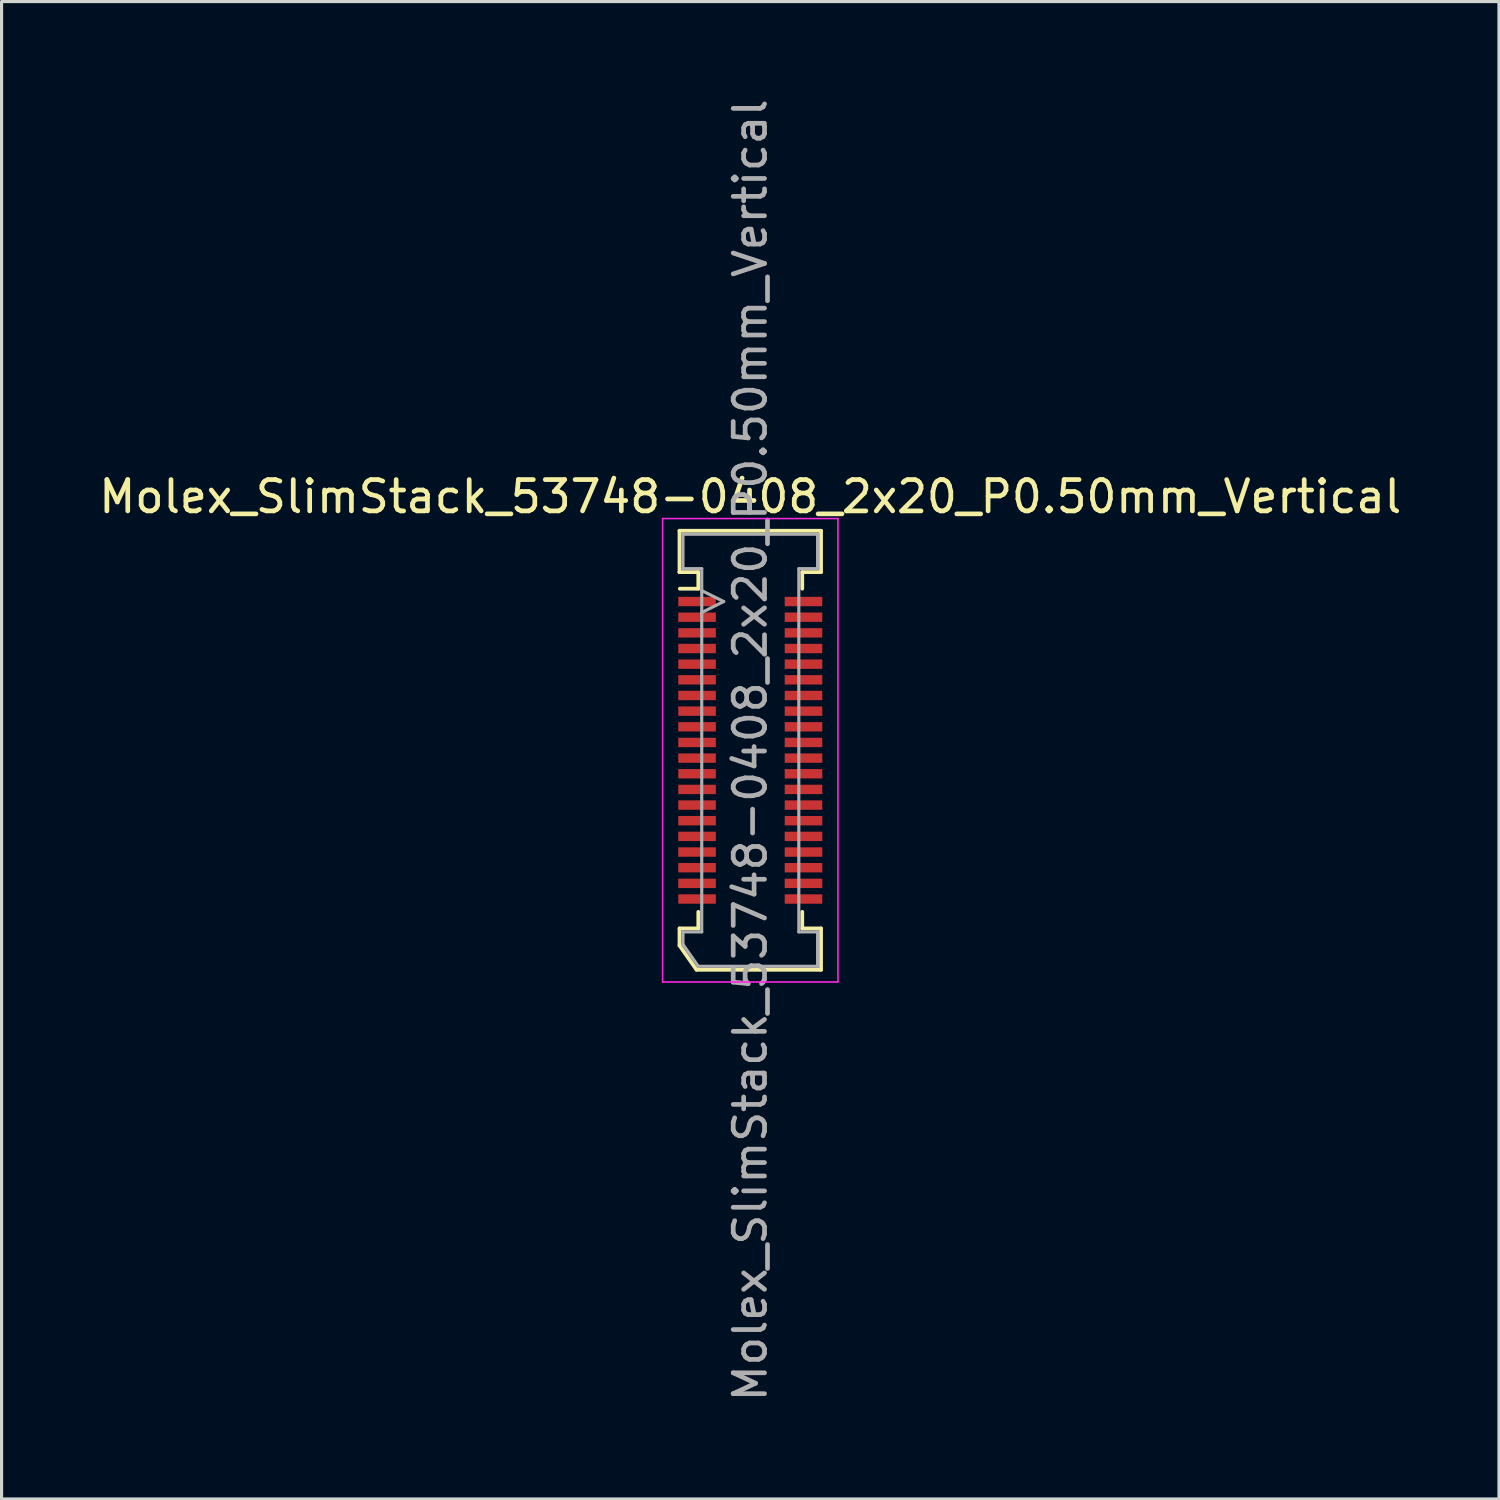
<source format=kicad_pcb>
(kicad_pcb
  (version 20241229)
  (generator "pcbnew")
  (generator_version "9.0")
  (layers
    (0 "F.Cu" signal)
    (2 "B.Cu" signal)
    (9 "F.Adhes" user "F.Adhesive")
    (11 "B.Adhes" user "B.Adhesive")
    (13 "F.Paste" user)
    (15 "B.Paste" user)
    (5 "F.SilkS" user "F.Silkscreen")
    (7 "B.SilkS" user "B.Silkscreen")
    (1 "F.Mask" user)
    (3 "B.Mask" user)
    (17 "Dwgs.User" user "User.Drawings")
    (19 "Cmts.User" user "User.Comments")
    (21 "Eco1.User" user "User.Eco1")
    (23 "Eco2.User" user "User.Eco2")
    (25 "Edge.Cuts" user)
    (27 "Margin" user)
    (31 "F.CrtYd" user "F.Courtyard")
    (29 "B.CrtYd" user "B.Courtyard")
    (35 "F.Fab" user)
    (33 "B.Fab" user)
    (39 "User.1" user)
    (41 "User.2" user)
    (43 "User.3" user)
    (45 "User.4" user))
  (footprint "Molex_SlimStack_53748-0408_2x20_P0.50mm_Vertical"
    (layer "F.Cu")
    (at 20.911 20.911)
    (property "Reference" "Molex_SlimStack_53748-0408_2x20_P0.50mm_Vertical" (at 0 -8.1 0) (layer "F.SilkS") (effects (font (size 1 1) (thickness 0.15))))
    (attr smd)
    (fp_line (start -2.26 -7.01) (end -2.26 -5.69) (stroke (width 0.12) (type solid)) (layer "F.SilkS"))
    (fp_line (start -2.26 -5.69) (end -2.26 -5.69) (stroke (width 0.12) (type solid)) (layer "F.SilkS"))
    (fp_line (start -2.26 -5.69) (end -1.66 -5.69) (stroke (width 0.12) (type solid)) (layer "F.SilkS"))
    (fp_line (start -2.26 5.69) (end -1.66 5.69) (stroke (width 0.12) (type solid)) (layer "F.SilkS"))
    (fp_line (start -2.26 6.235) (end -2.26 5.69) (stroke (width 0.12) (type solid)) (layer "F.SilkS"))
    (fp_line (start -1.717 7.01) (end -2.26 6.235) (stroke (width 0.12) (type solid)) (layer "F.SilkS"))
    (fp_line (start -1.66 -5.69) (end -1.66 -5.16) (stroke (width 0.12) (type solid)) (layer "F.SilkS"))
    (fp_line (start -1.66 -5.16) (end -2.25 -5.16) (stroke (width 0.12) (type solid)) (layer "F.SilkS"))
    (fp_line (start -1.66 5.69) (end -1.66 5.16) (stroke (width 0.12) (type solid)) (layer "F.SilkS"))
    (fp_line (start 1.66 -5.69) (end 2.26 -5.69) (stroke (width 0.12) (type solid)) (layer "F.SilkS"))
    (fp_line (start 1.66 -5.16) (end 1.66 -5.69) (stroke (width 0.12) (type solid)) (layer "F.SilkS"))
    (fp_line (start 1.66 5.16) (end 1.66 5.69) (stroke (width 0.12) (type solid)) (layer "F.SilkS"))
    (fp_line (start 1.66 5.69) (end 2.26 5.69) (stroke (width 0.12) (type solid)) (layer "F.SilkS"))
    (fp_line (start 2.26 -7.01) (end -2.26 -7.01) (stroke (width 0.12) (type solid)) (layer "F.SilkS"))
    (fp_line (start 2.26 -5.69) (end 2.26 -7.01) (stroke (width 0.12) (type solid)) (layer "F.SilkS"))
    (fp_line (start 2.26 5.69) (end 2.26 7.01) (stroke (width 0.12) (type solid)) (layer "F.SilkS"))
    (fp_line (start 2.26 7.01) (end -1.717 7.01) (stroke (width 0.12) (type solid)) (layer "F.SilkS"))
    (fp_line (start -2.8 -7.4) (end -2.8 7.4) (stroke (width 0.05) (type solid)) (layer "F.CrtYd"))
    (fp_line (start -2.8 7.4) (end 2.8 7.4) (stroke (width 0.05) (type solid)) (layer "F.CrtYd"))
    (fp_line (start 2.8 -7.4) (end -2.8 -7.4) (stroke (width 0.05) (type solid)) (layer "F.CrtYd"))
    (fp_line (start 2.8 7.4) (end 2.8 -7.4) (stroke (width 0.05) (type solid)) (layer "F.CrtYd"))
    (fp_line (start -2.15 -6.9) (end -2.15 -5.8) (stroke (width 0.1) (type solid)) (layer "F.Fab"))
    (fp_line (start -2.15 -5.8) (end -1.55 -5.8) (stroke (width 0.1) (type solid)) (layer "F.Fab"))
    (fp_line (start -2.15 5.8) (end -2.15 6.2) (stroke (width 0.1) (type solid)) (layer "F.Fab"))
    (fp_line (start -2.15 6.2) (end -1.66 6.9) (stroke (width 0.1) (type solid)) (layer "F.Fab"))
    (fp_line (start -1.66 6.9) (end 2.15 6.9) (stroke (width 0.1) (type solid)) (layer "F.Fab"))
    (fp_line (start -1.55 -5.8) (end -1.55 5.8) (stroke (width 0.1) (type solid)) (layer "F.Fab"))
    (fp_line (start -1.55 5.8) (end -2.15 5.8) (stroke (width 0.1) (type solid)) (layer "F.Fab"))
    (fp_line (start -0.85 -4.75) (end -1.55 -5.1) (stroke (width 0.1) (type solid)) (layer "F.Fab"))
    (fp_line (start -0.85 -4.75) (end -1.55 -4.4) (stroke (width 0.1) (type solid)) (layer "F.Fab"))
    (fp_line (start 1.55 -5.8) (end 2.15 -5.8) (stroke (width 0.1) (type solid)) (layer "F.Fab"))
    (fp_line (start 1.55 5.8) (end 1.55 -5.8) (stroke (width 0.1) (type solid)) (layer "F.Fab"))
    (fp_line (start 2.15 -6.9) (end -2.15 -6.9) (stroke (width 0.1) (type solid)) (layer "F.Fab"))
    (fp_line (start 2.15 -5.8) (end 2.15 -6.9) (stroke (width 0.1) (type solid)) (layer "F.Fab"))
    (fp_line (start 2.15 5.8) (end 1.55 5.8) (stroke (width 0.1) (type solid)) (layer "F.Fab"))
    (fp_line (start 2.15 6.9) (end 2.15 5.8) (stroke (width 0.1) (type solid)) (layer "F.Fab"))
    (fp_text user "${REFERENCE}" (at 0 0 90) (layer "F.Fab") (effects (font (size 1 1) (thickness 0.15))))
    (pad "1" smd rect (at -1.7 -4.75) (size 1.2 0.3) (layers "F.Cu" "F.Mask" "F.Paste"))
    (pad "2" smd rect (at 1.7 -4.75) (size 1.2 0.3) (layers "F.Cu" "F.Mask" "F.Paste"))
    (pad "3" smd rect (at -1.7 -4.25) (size 1.2 0.3) (layers "F.Cu" "F.Mask" "F.Paste"))
    (pad "4" smd rect (at 1.7 -4.25) (size 1.2 0.3) (layers "F.Cu" "F.Mask" "F.Paste"))
    (pad "5" smd rect (at -1.7 -3.75) (size 1.2 0.3) (layers "F.Cu" "F.Mask" "F.Paste"))
    (pad "6" smd rect (at 1.7 -3.75) (size 1.2 0.3) (layers "F.Cu" "F.Mask" "F.Paste"))
    (pad "7" smd rect (at -1.7 -3.25) (size 1.2 0.3) (layers "F.Cu" "F.Mask" "F.Paste"))
    (pad "8" smd rect (at 1.7 -3.25) (size 1.2 0.3) (layers "F.Cu" "F.Mask" "F.Paste"))
    (pad "9" smd rect (at -1.7 -2.75) (size 1.2 0.3) (layers "F.Cu" "F.Mask" "F.Paste"))
    (pad "10" smd rect (at 1.7 -2.75) (size 1.2 0.3) (layers "F.Cu" "F.Mask" "F.Paste"))
    (pad "11" smd rect (at -1.7 -2.25) (size 1.2 0.3) (layers "F.Cu" "F.Mask" "F.Paste"))
    (pad "12" smd rect (at 1.7 -2.25) (size 1.2 0.3) (layers "F.Cu" "F.Mask" "F.Paste"))
    (pad "13" smd rect (at -1.7 -1.75) (size 1.2 0.3) (layers "F.Cu" "F.Mask" "F.Paste"))
    (pad "14" smd rect (at 1.7 -1.75) (size 1.2 0.3) (layers "F.Cu" "F.Mask" "F.Paste"))
    (pad "15" smd rect (at -1.7 -1.25) (size 1.2 0.3) (layers "F.Cu" "F.Mask" "F.Paste"))
    (pad "16" smd rect (at 1.7 -1.25) (size 1.2 0.3) (layers "F.Cu" "F.Mask" "F.Paste"))
    (pad "17" smd rect (at -1.7 -0.75) (size 1.2 0.3) (layers "F.Cu" "F.Mask" "F.Paste"))
    (pad "18" smd rect (at 1.7 -0.75) (size 1.2 0.3) (layers "F.Cu" "F.Mask" "F.Paste"))
    (pad "19" smd rect (at -1.7 -0.25) (size 1.2 0.3) (layers "F.Cu" "F.Mask" "F.Paste"))
    (pad "20" smd rect (at 1.7 -0.25) (size 1.2 0.3) (layers "F.Cu" "F.Mask" "F.Paste"))
    (pad "21" smd rect (at -1.7 0.25) (size 1.2 0.3) (layers "F.Cu" "F.Mask" "F.Paste"))
    (pad "22" smd rect (at 1.7 0.25) (size 1.2 0.3) (layers "F.Cu" "F.Mask" "F.Paste"))
    (pad "23" smd rect (at -1.7 0.75) (size 1.2 0.3) (layers "F.Cu" "F.Mask" "F.Paste"))
    (pad "24" smd rect (at 1.7 0.75) (size 1.2 0.3) (layers "F.Cu" "F.Mask" "F.Paste"))
    (pad "25" smd rect (at -1.7 1.25) (size 1.2 0.3) (layers "F.Cu" "F.Mask" "F.Paste"))
    (pad "26" smd rect (at 1.7 1.25) (size 1.2 0.3) (layers "F.Cu" "F.Mask" "F.Paste"))
    (pad "27" smd rect (at -1.7 1.75) (size 1.2 0.3) (layers "F.Cu" "F.Mask" "F.Paste"))
    (pad "28" smd rect (at 1.7 1.75) (size 1.2 0.3) (layers "F.Cu" "F.Mask" "F.Paste"))
    (pad "29" smd rect (at -1.7 2.25) (size 1.2 0.3) (layers "F.Cu" "F.Mask" "F.Paste"))
    (pad "30" smd rect (at 1.7 2.25) (size 1.2 0.3) (layers "F.Cu" "F.Mask" "F.Paste"))
    (pad "31" smd rect (at -1.7 2.75) (size 1.2 0.3) (layers "F.Cu" "F.Mask" "F.Paste"))
    (pad "32" smd rect (at 1.7 2.75) (size 1.2 0.3) (layers "F.Cu" "F.Mask" "F.Paste"))
    (pad "33" smd rect (at -1.7 3.25) (size 1.2 0.3) (layers "F.Cu" "F.Mask" "F.Paste"))
    (pad "34" smd rect (at 1.7 3.25) (size 1.2 0.3) (layers "F.Cu" "F.Mask" "F.Paste"))
    (pad "35" smd rect (at -1.7 3.75) (size 1.2 0.3) (layers "F.Cu" "F.Mask" "F.Paste"))
    (pad "36" smd rect (at 1.7 3.75) (size 1.2 0.3) (layers "F.Cu" "F.Mask" "F.Paste"))
    (pad "37" smd rect (at -1.7 4.25) (size 1.2 0.3) (layers "F.Cu" "F.Mask" "F.Paste"))
    (pad "38" smd rect (at 1.7 4.25) (size 1.2 0.3) (layers "F.Cu" "F.Mask" "F.Paste"))
    (pad "39" smd rect (at -1.7 4.75) (size 1.2 0.3) (layers "F.Cu" "F.Mask" "F.Paste"))
    (pad "40" smd rect (at 1.7 4.75) (size 1.2 0.3) (layers "F.Cu" "F.Mask" "F.Paste")))
  (gr_rect
    (start -3 -3)
    (end 44.821 44.821)
    (stroke (width 0.1) (type default))
    (fill no)
    (layer "Edge.Cuts")))
</source>
